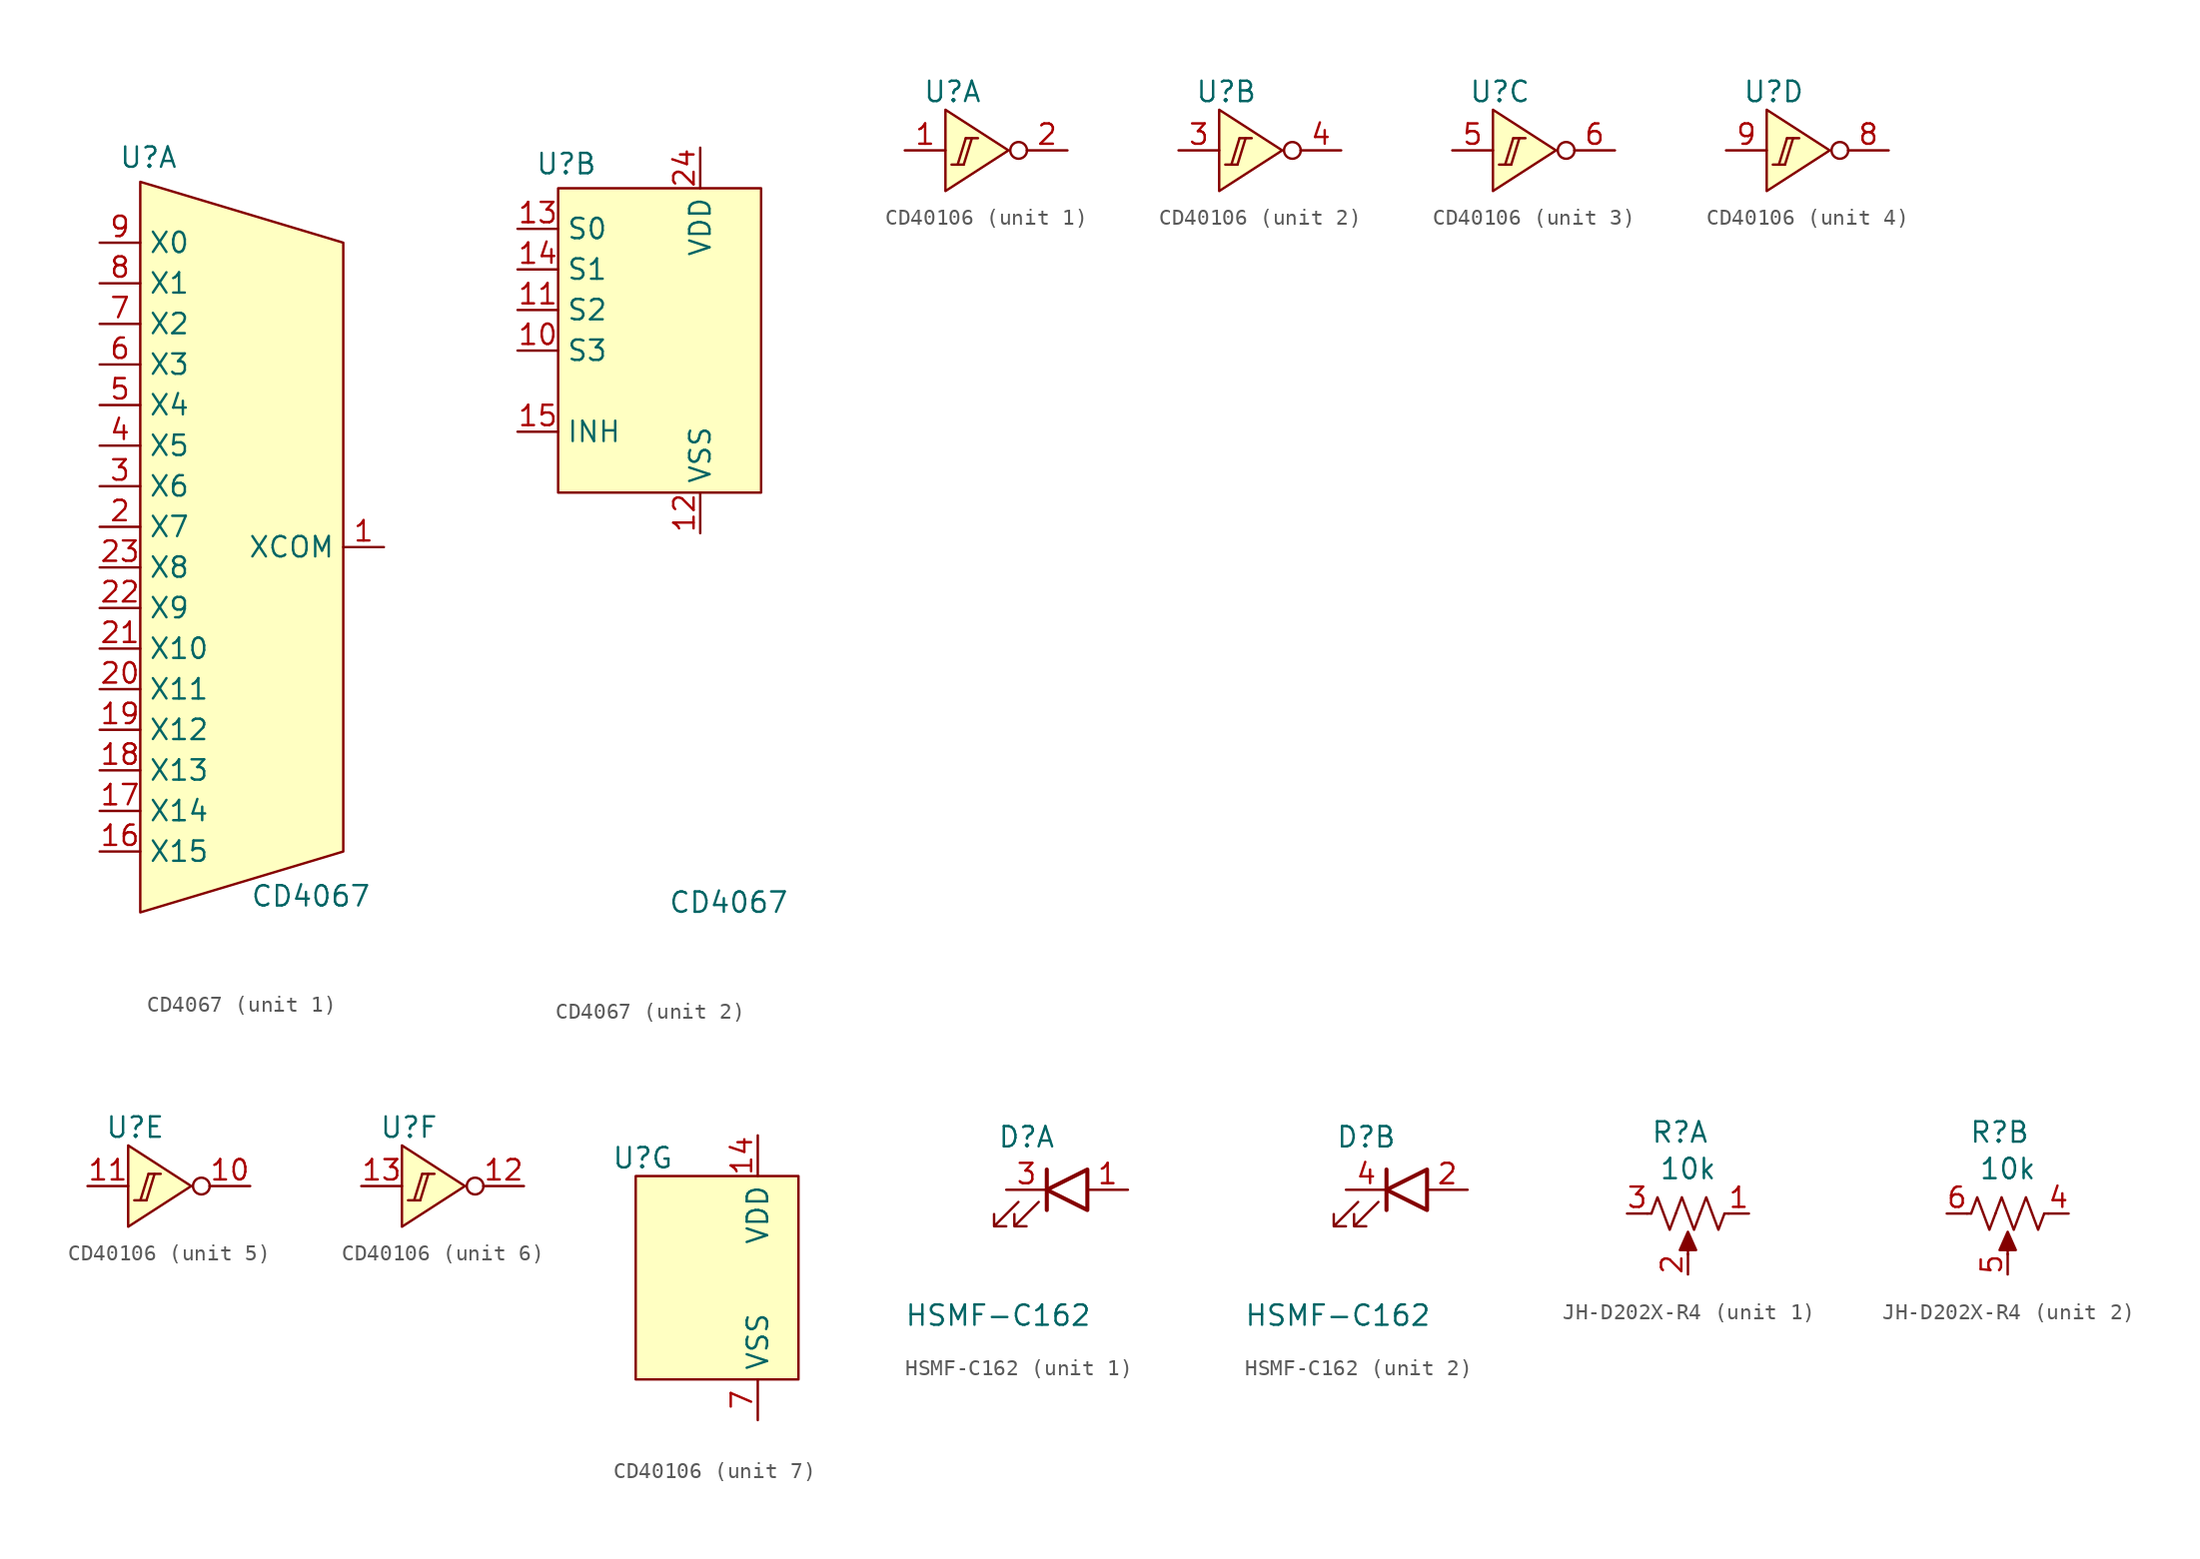
<source format=kicad_sym>
(kicad_symbol_lib
  (version 20231120)
  (generator "kicad_symbol_editor")
  (generator_version "8.0")
  (symbol "CD4067"
    (property "Reference" "U"
      (at 0.508 24.384 0)
      (effects (font (size 1.27 1.27))))
    (property "Value" "CD4067"
      (at 10.668 -21.844 0)
      (effects (font (size 1.27 1.27))))
    (property "ki_locked" ""
      (at 0 0 0)
      (effects (font (size 1.27 1.27))))
    (symbol "CD4067_1_1"
      (polyline (pts (xy 0 22.86) (xy 0 -22.86) (xy 12.7 -19.05) (xy 12.7 19.05) (xy 0 22.86)) (stroke (width 0) (type default)) (fill (type background)))
      (pin bidirectional line (at 15.24 0 180) (length 2.54) (name "XCOM" (effects (font (size 1.27 1.27)))) (number "1" (effects (font (size 1.27 1.27)))))
      (pin bidirectional line (at -2.54 -19.05 0) (length 2.54) (name "X15" (effects (font (size 1.27 1.27)))) (number "16" (effects (font (size 1.27 1.27)))))
      (pin bidirectional line (at -2.54 -16.51 0) (length 2.54) (name "X14" (effects (font (size 1.27 1.27)))) (number "17" (effects (font (size 1.27 1.27)))))
      (pin bidirectional line (at -2.54 -13.97 0) (length 2.54) (name "X13" (effects (font (size 1.27 1.27)))) (number "18" (effects (font (size 1.27 1.27)))))
      (pin bidirectional line (at -2.54 -11.43 0) (length 2.54) (name "X12" (effects (font (size 1.27 1.27)))) (number "19" (effects (font (size 1.27 1.27)))))
      (pin bidirectional line (at -2.54 1.27 0) (length 2.54) (name "X7" (effects (font (size 1.27 1.27)))) (number "2" (effects (font (size 1.27 1.27)))))
      (pin bidirectional line (at -2.54 -8.89 0) (length 2.54) (name "X11" (effects (font (size 1.27 1.27)))) (number "20" (effects (font (size 1.27 1.27)))))
      (pin bidirectional line (at -2.54 -6.35 0) (length 2.54) (name "X10" (effects (font (size 1.27 1.27)))) (number "21" (effects (font (size 1.27 1.27)))))
      (pin bidirectional line (at -2.54 -3.81 0) (length 2.54) (name "X9" (effects (font (size 1.27 1.27)))) (number "22" (effects (font (size 1.27 1.27)))))
      (pin bidirectional line (at -2.54 -1.27 0) (length 2.54) (name "X8" (effects (font (size 1.27 1.27)))) (number "23" (effects (font (size 1.27 1.27)))))
      (pin bidirectional line (at -2.54 3.81 0) (length 2.54) (name "X6" (effects (font (size 1.27 1.27)))) (number "3" (effects (font (size 1.27 1.27)))))
      (pin bidirectional line (at -2.54 6.35 0) (length 2.54) (name "X5" (effects (font (size 1.27 1.27)))) (number "4" (effects (font (size 1.27 1.27)))))
      (pin bidirectional line (at -2.54 8.89 0) (length 2.54) (name "X4" (effects (font (size 1.27 1.27)))) (number "5" (effects (font (size 1.27 1.27)))))
      (pin bidirectional line (at -2.54 11.43 0) (length 2.54) (name "X3" (effects (font (size 1.27 1.27)))) (number "6" (effects (font (size 1.27 1.27)))))
      (pin bidirectional line (at -2.54 13.97 0) (length 2.54) (name "X2" (effects (font (size 1.27 1.27)))) (number "7" (effects (font (size 1.27 1.27)))))
      (pin bidirectional line (at -2.54 16.51 0) (length 2.54) (name "X1" (effects (font (size 1.27 1.27)))) (number "8" (effects (font (size 1.27 1.27)))))
      (pin bidirectional line (at -2.54 19.05 0) (length 2.54) (name "X0" (effects (font (size 1.27 1.27)))) (number "9" (effects (font (size 1.27 1.27))))))
    (symbol "CD4067_2_1"
      (rectangle (start 0 22.86) (end 12.7 3.81) (stroke (width 0) (type default)) (fill (type background)))
      (pin input line (at -2.54 12.7 0) (length 2.54) (name "S3" (effects (font (size 1.27 1.27)))) (number "10" (effects (font (size 1.27 1.27)))))
      (pin input line (at -2.54 15.24 0) (length 2.54) (name "S2" (effects (font (size 1.27 1.27)))) (number "11" (effects (font (size 1.27 1.27)))))
      (pin power_in line (at 8.89 1.27 90) (length 2.54) (name "VSS" (effects (font (size 1.27 1.27)))) (number "12" (effects (font (size 1.27 1.27)))))
      (pin input line (at -2.54 20.32 0) (length 2.54) (name "S0" (effects (font (size 1.27 1.27)))) (number "13" (effects (font (size 1.27 1.27)))))
      (pin input line (at -2.54 17.78 0) (length 2.54) (name "S1" (effects (font (size 1.27 1.27)))) (number "14" (effects (font (size 1.27 1.27)))))
      (pin input line (at -2.54 7.62 0) (length 2.54) (name "INH" (effects (font (size 1.27 1.27)))) (number "15" (effects (font (size 1.27 1.27)))))
      (pin power_in line (at 8.89 25.4 270) (length 2.54) (name "VDD" (effects (font (size 1.27 1.27)))) (number "24" (effects (font (size 1.27 1.27)))))))
  (symbol "CD40106"
    (property "Reference" "U"
      (at 0.436 3.665 0)
      (effects (font (size 1.27 1.27))))
    (property "ki_locked" ""
      (at 0 0 0)
      (effects (font (size 1.27 1.27))))
    (symbol "CD40106_1_1"
      (polyline (pts (xy 1.143 -0.889) (xy 0.381 -0.889)) (stroke (width 0) (type default)) (fill (type none)))
      (polyline (pts (xy 1.27 0.762) (xy 0.762 -0.889)) (stroke (width 0) (type default)) (fill (type none)))
      (polyline (pts (xy 1.27 0.762) (xy 2.032 0.762)) (stroke (width 0) (type default)) (fill (type none)))
      (polyline (pts (xy 1.651 0.762) (xy 1.143 -0.889)) (stroke (width 0) (type default)) (fill (type none)))
      (polyline (pts (xy 0 2.54) (xy 0 -2.54) (xy 3.937 0) (xy 0 2.54)) (stroke (width 0) (type default)) (fill (type background)))
      (circle (center 4.572 0) (radius 0.522) (stroke (width 0) (type default)) (fill (type none)))
      (pin input line (at -2.54 0 0) (length 2.54) (name "A" (effects (font (size 0 0)))) (number "1" (effects (font (size 1.27 1.27)))))
      (pin output line (at 7.62 0 180) (length 2.54) (name "~{A}" (effects (font (size 0 0)))) (number "2" (effects (font (size 1.27 1.27))))))
    (symbol "CD40106_2_1"
      (polyline (pts (xy 1.143 -0.889) (xy 0.381 -0.889)) (stroke (width 0) (type default)) (fill (type none)))
      (polyline (pts (xy 1.27 0.762) (xy 0.762 -0.889)) (stroke (width 0) (type default)) (fill (type none)))
      (polyline (pts (xy 1.27 0.762) (xy 2.032 0.762)) (stroke (width 0) (type default)) (fill (type none)))
      (polyline (pts (xy 1.651 0.762) (xy 1.143 -0.889)) (stroke (width 0) (type default)) (fill (type none)))
      (polyline (pts (xy 0 2.54) (xy 0 -2.54) (xy 3.937 0) (xy 0 2.54)) (stroke (width 0) (type default)) (fill (type background)))
      (circle (center 4.572 0) (radius 0.522) (stroke (width 0) (type default)) (fill (type none)))
      (pin input line (at -2.54 0 0) (length 2.54) (name "B" (effects (font (size 0 0)))) (number "3" (effects (font (size 1.27 1.27)))))
      (pin output line (at 7.62 0 180) (length 2.54) (name "~{B}" (effects (font (size 0 0)))) (number "4" (effects (font (size 1.27 1.27))))))
    (symbol "CD40106_3_1"
      (polyline (pts (xy 1.143 -0.889) (xy 0.381 -0.889)) (stroke (width 0) (type default)) (fill (type none)))
      (polyline (pts (xy 1.27 0.762) (xy 0.762 -0.889)) (stroke (width 0) (type default)) (fill (type none)))
      (polyline (pts (xy 1.27 0.762) (xy 2.032 0.762)) (stroke (width 0) (type default)) (fill (type none)))
      (polyline (pts (xy 1.651 0.762) (xy 1.143 -0.889)) (stroke (width 0) (type default)) (fill (type none)))
      (polyline (pts (xy 0 2.54) (xy 0 -2.54) (xy 3.937 0) (xy 0 2.54)) (stroke (width 0) (type default)) (fill (type background)))
      (circle (center 4.572 0) (radius 0.522) (stroke (width 0) (type default)) (fill (type none)))
      (pin input line (at -2.54 0 0) (length 2.54) (name "C" (effects (font (size 0 0)))) (number "5" (effects (font (size 1.27 1.27)))))
      (pin output line (at 7.62 0 180) (length 2.54) (name "~{C}" (effects (font (size 0 0)))) (number "6" (effects (font (size 1.27 1.27))))))
    (symbol "CD40106_4_1"
      (polyline (pts (xy 1.143 -0.889) (xy 0.381 -0.889)) (stroke (width 0) (type default)) (fill (type none)))
      (polyline (pts (xy 1.27 0.762) (xy 0.762 -0.889)) (stroke (width 0) (type default)) (fill (type none)))
      (polyline (pts (xy 1.27 0.762) (xy 2.032 0.762)) (stroke (width 0) (type default)) (fill (type none)))
      (polyline (pts (xy 1.651 0.762) (xy 1.143 -0.889)) (stroke (width 0) (type default)) (fill (type none)))
      (polyline (pts (xy 0 2.54) (xy 0 -2.54) (xy 3.937 0) (xy 0 2.54)) (stroke (width 0) (type default)) (fill (type background)))
      (circle (center 4.572 0) (radius 0.522) (stroke (width 0) (type default)) (fill (type none)))
      (pin output line (at 7.62 0 180) (length 2.54) (name "~{D}" (effects (font (size 0 0)))) (number "8" (effects (font (size 1.27 1.27)))))
      (pin input line (at -2.54 0 0) (length 2.54) (name "D" (effects (font (size 0 0)))) (number "9" (effects (font (size 1.27 1.27))))))
    (symbol "CD40106_5_1"
      (polyline (pts (xy 1.143 -0.889) (xy 0.381 -0.889)) (stroke (width 0) (type default)) (fill (type none)))
      (polyline (pts (xy 1.27 0.762) (xy 0.762 -0.889)) (stroke (width 0) (type default)) (fill (type none)))
      (polyline (pts (xy 1.27 0.762) (xy 2.032 0.762)) (stroke (width 0) (type default)) (fill (type none)))
      (polyline (pts (xy 1.651 0.762) (xy 1.143 -0.889)) (stroke (width 0) (type default)) (fill (type none)))
      (polyline (pts (xy 0 2.54) (xy 0 -2.54) (xy 3.937 0) (xy 0 2.54)) (stroke (width 0) (type default)) (fill (type background)))
      (circle (center 4.572 0) (radius 0.522) (stroke (width 0) (type default)) (fill (type none)))
      (pin output line (at 7.62 0 180) (length 2.54) (name "~{E}" (effects (font (size 0 0)))) (number "10" (effects (font (size 1.27 1.27)))))
      (pin input line (at -2.54 0 0) (length 2.54) (name "E" (effects (font (size 0 0)))) (number "11" (effects (font (size 1.27 1.27))))))
    (symbol "CD40106_6_1"
      (polyline (pts (xy 1.143 -0.889) (xy 0.381 -0.889)) (stroke (width 0) (type default)) (fill (type none)))
      (polyline (pts (xy 1.27 0.762) (xy 0.762 -0.889)) (stroke (width 0) (type default)) (fill (type none)))
      (polyline (pts (xy 1.27 0.762) (xy 2.032 0.762)) (stroke (width 0) (type default)) (fill (type none)))
      (polyline (pts (xy 1.651 0.762) (xy 1.143 -0.889)) (stroke (width 0) (type default)) (fill (type none)))
      (polyline (pts (xy 0 2.54) (xy 0 -2.54) (xy 3.937 0) (xy 0 2.54)) (stroke (width 0) (type default)) (fill (type background)))
      (circle (center 4.572 0) (radius 0.522) (stroke (width 0) (type default)) (fill (type none)))
      (pin output line (at 7.62 0 180) (length 2.54) (name "~{F}" (effects (font (size 0 0)))) (number "12" (effects (font (size 1.27 1.27)))))
      (pin input line (at -2.54 0 0) (length 2.54) (name "F" (effects (font (size 0 0)))) (number "13" (effects (font (size 1.27 1.27))))))
    (symbol "CD40106_7_1"
      (rectangle (start 0 2.54) (end 10.16 -10.16) (stroke (width 0) (type default)) (fill (type background)))
      (pin power_in line (at 7.62 5.08 270) (length 2.54) (name "VDD" (effects (font (size 1.27 1.27)))) (number "14" (effects (font (size 1.27 1.27)))))
      (pin power_in line (at 7.62 -12.7 90) (length 2.54) (name "VSS" (effects (font (size 1.27 1.27)))) (number "7" (effects (font (size 1.27 1.27)))))))
  (symbol "HSMF-C162"
    (property "Reference" "D"
      (at -1.27 3.302 0)
      (effects (font (size 1.27 1.27))))
    (property "Value" "HSMF-C162"
      (at -3.048 -7.874 0)
      (effects (font (size 1.27 1.27))))
    (property "ki_locked" ""
      (at 0 0 0)
      (effects (font (size 1.27 1.27))))
    (symbol "HSMF-C162_0_1"
      (polyline (pts (xy 0 -1.27) (xy 0 1.27)) (stroke (width 0.254) (type default)) (fill (type none)))
      (polyline (pts (xy 2.54 -1.27) (xy 2.54 1.27) (xy 0 0) (xy 2.54 -1.27)) (stroke (width 0.254) (type default)) (fill (type none)))
      (polyline (pts (xy -1.778 -0.762) (xy -3.302 -2.286) (xy -2.54 -2.286) (xy -3.302 -2.286) (xy -3.302 -1.524)) (stroke (width 0) (type default)) (fill (type none)))
      (polyline (pts (xy -0.508 -0.762) (xy -2.032 -2.286) (xy -1.27 -2.286) (xy -2.032 -2.286) (xy -2.032 -1.524)) (stroke (width 0) (type default)) (fill (type none))))
    (symbol "HSMF-C162_1_1"
      (pin passive line (at 5.08 0 180) (length 2.54) (name "A_A" (effects (font (size 0 0)))) (number "1" (effects (font (size 1.27 1.27)))))
      (pin passive line (at -2.54 0 0) (length 2.54) (name "A_K" (effects (font (size 0 0)))) (number "3" (effects (font (size 1.27 1.27))))))
    (symbol "HSMF-C162_2_1"
      (pin passive line (at 5.08 0 180) (length 2.54) (name "R_A" (effects (font (size 0 0)))) (number "2" (effects (font (size 1.27 1.27)))))
      (pin passive line (at -2.54 0 0) (length 2.54) (name "R_K" (effects (font (size 0 0)))) (number "4" (effects (font (size 1.27 1.27)))))))
  (symbol "JH-D202X-R4"
    (property "Reference" "R"
      (at 0.762 5.08 0)
      (effects (font (size 1.27 1.27))))
    (property "Value" "10k"
      (at 1.27 2.794 0)
      (effects (font (size 1.27 1.27))))
    (property "ki_locked" ""
      (at 0 0 0)
      (effects (font (size 1.27 1.27))))
    (symbol "JH-D202X-R4_1_1"
      (polyline (pts (xy -1.016 0) (xy -1.27 0)) (stroke (width 0) (type default)) (fill (type none)))
      (polyline (pts (xy 1.27 -2.54) (xy 1.27 -1.524)) (stroke (width 0) (type default)) (fill (type none)))
      (polyline (pts (xy 3.81 0) (xy 3.556 0)) (stroke (width 0) (type default)) (fill (type none)))
      (polyline (pts (xy 1.27 -1.143) (xy 1.778 -2.286) (xy 0.762 -2.286) (xy 1.27 -1.143)) (stroke (width 0) (type default)) (fill (type outline)))
      (polyline (pts (xy 0.508 0) (xy 0.127 -1.016) (xy -0.254 0) (xy -0.635 1.016) (xy -1.016 0)) (stroke (width 0) (type default)) (fill (type none)))
      (polyline (pts (xy 2.032 0) (xy 1.651 -1.016) (xy 1.27 0) (xy 0.889 1.016) (xy 0.508 0)) (stroke (width 0) (type default)) (fill (type none)))
      (polyline (pts (xy 3.556 0) (xy 3.175 -1.016) (xy 2.794 0) (xy 2.413 1.016) (xy 2.032 0)) (stroke (width 0) (type default)) (fill (type none)))
      (pin passive line (at 5.08 0 180) (length 1.27) (name "1" (effects (font (size 0 0)))) (number "1" (effects (font (size 1.27 1.27)))))
      (pin passive line (at 1.27 -3.81 90) (length 1.27) (name "2" (effects (font (size 0 0)))) (number "2" (effects (font (size 1.27 1.27)))))
      (pin passive line (at -2.54 0 0) (length 1.27) (name "3" (effects (font (size 0 0)))) (number "3" (effects (font (size 1.27 1.27))))))
    (symbol "JH-D202X-R4_2_1"
      (polyline (pts (xy -1.016 0) (xy -1.27 0)) (stroke (width 0) (type default)) (fill (type none)))
      (polyline (pts (xy 1.27 -2.54) (xy 1.27 -1.524)) (stroke (width 0) (type default)) (fill (type none)))
      (polyline (pts (xy 3.81 0) (xy 3.556 0)) (stroke (width 0) (type default)) (fill (type none)))
      (polyline (pts (xy 1.27 -1.143) (xy 1.778 -2.286) (xy 0.762 -2.286) (xy 1.27 -1.143)) (stroke (width 0) (type default)) (fill (type outline)))
      (polyline (pts (xy 0.508 0) (xy 0.127 -1.016) (xy -0.254 0) (xy -0.635 1.016) (xy -1.016 0)) (stroke (width 0) (type default)) (fill (type none)))
      (polyline (pts (xy 2.032 0) (xy 1.651 -1.016) (xy 1.27 0) (xy 0.889 1.016) (xy 0.508 0)) (stroke (width 0) (type default)) (fill (type none)))
      (polyline (pts (xy 3.556 0) (xy 3.175 -1.016) (xy 2.794 0) (xy 2.413 1.016) (xy 2.032 0)) (stroke (width 0) (type default)) (fill (type none)))
      (pin passive line (at 5.08 0 180) (length 1.27) (name "4" (effects (font (size 0 0)))) (number "4" (effects (font (size 1.27 1.27)))))
      (pin passive line (at 1.27 -3.81 90) (length 1.27) (name "5" (effects (font (size 0 0)))) (number "5" (effects (font (size 1.27 1.27)))))
      (pin passive line (at -2.54 0 0) (length 1.27) (name "6" (effects (font (size 0 0)))) (number "6" (effects (font (size 1.27 1.27))))))))
</source>
